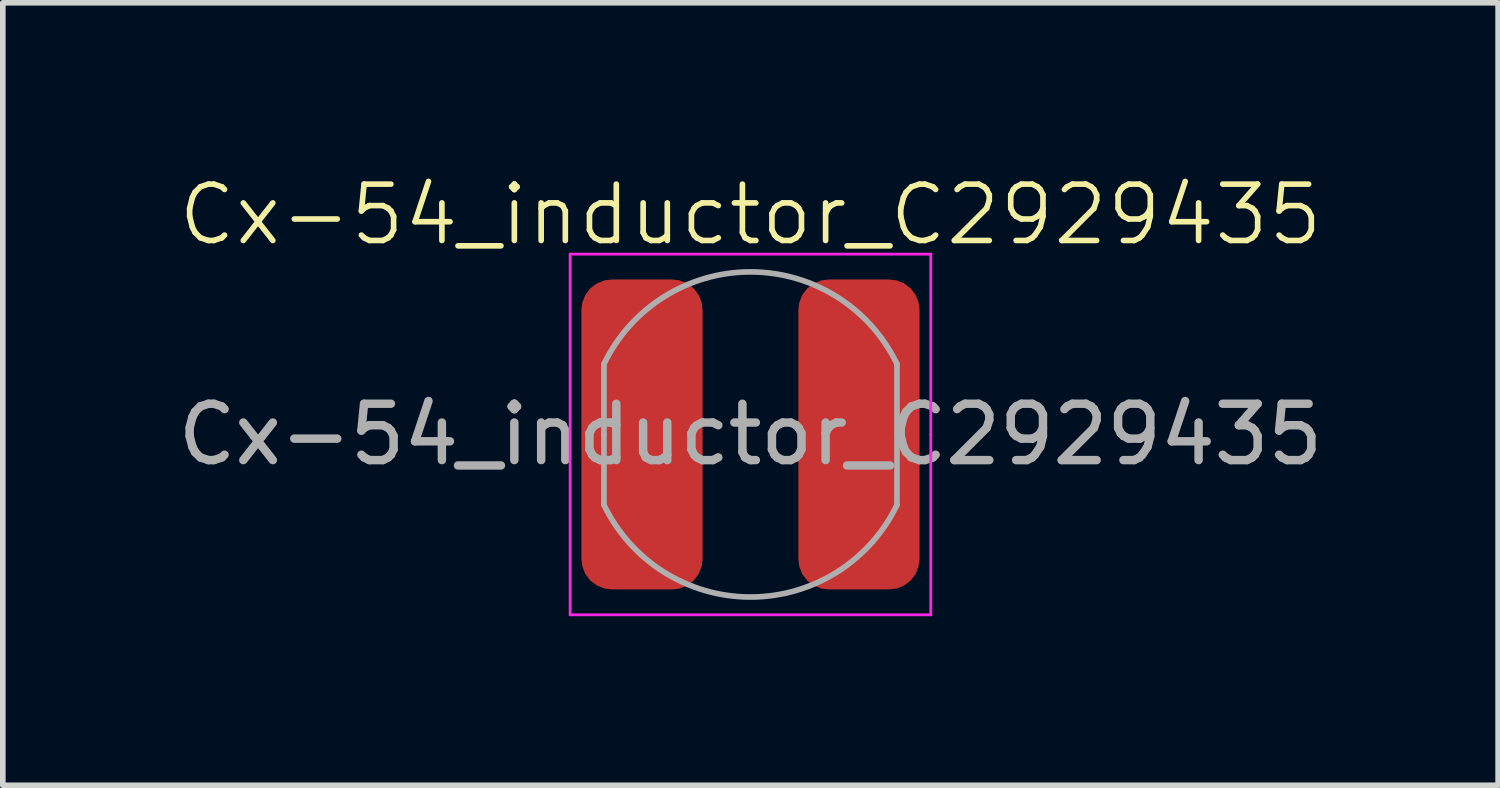
<source format=kicad_pcb>
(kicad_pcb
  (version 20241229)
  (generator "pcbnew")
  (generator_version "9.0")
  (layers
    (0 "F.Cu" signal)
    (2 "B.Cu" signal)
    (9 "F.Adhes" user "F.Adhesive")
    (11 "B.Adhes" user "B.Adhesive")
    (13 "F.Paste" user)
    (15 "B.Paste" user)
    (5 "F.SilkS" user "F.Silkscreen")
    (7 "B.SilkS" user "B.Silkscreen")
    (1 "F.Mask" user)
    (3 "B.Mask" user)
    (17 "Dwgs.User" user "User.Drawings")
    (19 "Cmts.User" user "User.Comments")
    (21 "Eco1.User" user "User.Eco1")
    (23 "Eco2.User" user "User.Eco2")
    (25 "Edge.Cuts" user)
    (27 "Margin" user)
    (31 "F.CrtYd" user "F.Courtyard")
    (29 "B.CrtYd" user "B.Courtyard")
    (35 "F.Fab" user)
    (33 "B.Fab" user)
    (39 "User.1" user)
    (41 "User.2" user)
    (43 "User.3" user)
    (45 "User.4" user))
  (footprint "Cx-54_inductor_C2929435"
    (layer "F.Cu")
    (at 10.268 4.66)
    (property "Reference" "Cx-54_inductor_C2929435" (at 0 -3.9 0) (unlocked yes) (layer "F.SilkS") (effects (font (size 1 1) (thickness 0.1))))
    (attr smd)
    (fp_line (start -3.2 -3.2) (end -3.2 3.2) (stroke (width 0.05) (type default)) (layer "F.CrtYd"))
    (fp_line (start -3.2 3.2) (end 3.2 3.2) (stroke (width 0.05) (type default)) (layer "F.CrtYd"))
    (fp_line (start 3.2 -3.2) (end -3.2 -3.2) (stroke (width 0.05) (type default)) (layer "F.CrtYd"))
    (fp_line (start 3.2 0) (end 3.2 -3.2) (stroke (width 0.05) (type default)) (layer "F.CrtYd"))
    (fp_line (start 3.2 3.2) (end 3.2 0) (stroke (width 0.05) (type default)) (layer "F.CrtYd"))
    (fp_line (start -2.6 0) (end -2.6 -1.25) (stroke (width 0.1) (type default)) (layer "F.Fab"))
    (fp_line (start -2.6 0) (end -2.6 1.25) (stroke (width 0.1) (type default)) (layer "F.Fab"))
    (fp_line (start 2.6 0) (end 2.6 -1.25) (stroke (width 0.1) (type default)) (layer "F.Fab"))
    (fp_line (start 2.6 0) (end 2.6 1.25) (stroke (width 0.1) (type default)) (layer "F.Fab"))
    (fp_arc (start -2.6 -1.25) (mid 0 -2.884874) (end 2.6 -1.25) (stroke (width 0.1) (type default)) (layer "F.Fab"))
    (fp_arc (start 2.6 1.25) (mid 0 2.884874) (end -2.6 1.25) (stroke (width 0.1) (type default)) (layer "F.Fab"))
    (fp_text user "${REFERENCE}" (at 0 0 0) (unlocked yes) (layer "F.Fab") (effects (font (size 1 1) (thickness 0.15))))
    (pad "1" smd roundrect (at -1.925 0) (size 2.15 5.5) (layers "F.Cu" "F.Mask" "F.Paste") (roundrect_rratio 0.25))
    (pad "2" smd roundrect (at 1.925 0) (size 2.15 5.5) (layers "F.Cu" "F.Mask" "F.Paste") (roundrect_rratio 0.25)))
  (gr_rect
    (start -3 -3)
    (end 23.536 10.886)
    (stroke (width 0.1) (type default))
    (fill no)
    (layer "Edge.Cuts")))
</source>
